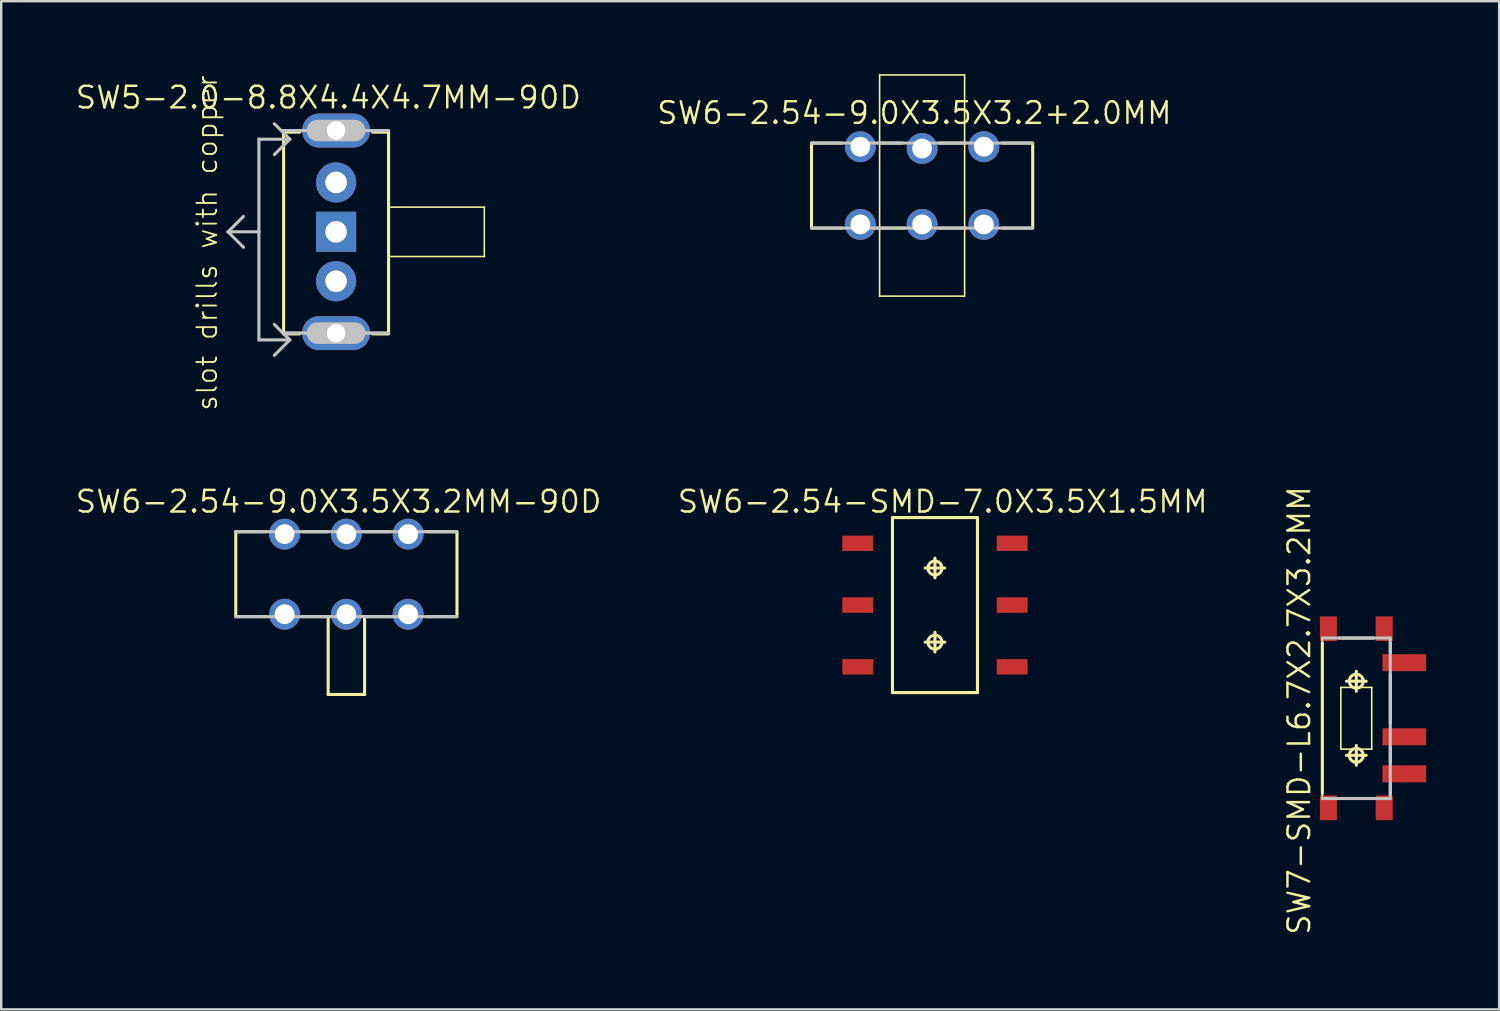
<source format=kicad_pcb>
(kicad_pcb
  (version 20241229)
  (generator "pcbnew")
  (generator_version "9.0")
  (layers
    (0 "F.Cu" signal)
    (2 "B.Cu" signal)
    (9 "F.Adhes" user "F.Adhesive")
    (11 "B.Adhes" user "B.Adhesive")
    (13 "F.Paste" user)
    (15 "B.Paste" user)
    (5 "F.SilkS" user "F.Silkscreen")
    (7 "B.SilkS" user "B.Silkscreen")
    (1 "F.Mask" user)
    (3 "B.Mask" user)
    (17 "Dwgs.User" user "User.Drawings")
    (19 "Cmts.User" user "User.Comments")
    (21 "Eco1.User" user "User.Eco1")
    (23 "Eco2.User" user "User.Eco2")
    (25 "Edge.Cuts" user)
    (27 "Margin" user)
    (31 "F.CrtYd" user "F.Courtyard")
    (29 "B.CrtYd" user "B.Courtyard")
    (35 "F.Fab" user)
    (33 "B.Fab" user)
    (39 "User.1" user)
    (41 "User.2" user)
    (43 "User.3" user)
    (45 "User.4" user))
  (footprint "SW6-2.54-SMD-7.0X3.5X1.5MM"
    (layer "F.Cu")
    (at 35.406 21.837)
    (property "Reference" "SW6-2.54-SMD-7.0X3.5X1.5MM" (at 0.318 -4.255 0) (layer "F.SilkS") (effects (font (size 0.889 0.889) (thickness 0.102))))
    (attr smd)
    (fp_line (start -1.748 -3.599) (end 1.748 -3.599) (stroke (width 0.066) (type solid)) (layer "F.SilkS"))
    (fp_line (start -1.748 -3.599) (end 1.748 -3.599) (stroke (width 0.127) (type solid)) (layer "F.SilkS"))
    (fp_line (start -1.748 3.599) (end -1.748 -3.599) (stroke (width 0.066) (type solid)) (layer "F.SilkS"))
    (fp_line (start -1.748 3.599) (end -1.748 -3.599) (stroke (width 0.127) (type solid)) (layer "F.SilkS"))
    (fp_line (start -1.748 3.599) (end 1.748 3.599) (stroke (width 0.066) (type solid)) (layer "F.SilkS"))
    (fp_line (start -0.406 -1.524) (end 0.406 -1.524) (stroke (width 0.127) (type solid)) (layer "F.SilkS"))
    (fp_line (start -0.406 1.524) (end 0.406 1.524) (stroke (width 0.127) (type solid)) (layer "F.SilkS"))
    (fp_line (start 0 -1.118) (end 0 -1.93) (stroke (width 0.127) (type solid)) (layer "F.SilkS"))
    (fp_line (start 0 1.93) (end 0 1.118) (stroke (width 0.127) (type solid)) (layer "F.SilkS"))
    (fp_line (start 1.748 -3.599) (end 1.748 3.599) (stroke (width 0.127) (type solid)) (layer "F.SilkS"))
    (fp_line (start 1.748 3.599) (end -1.748 3.599) (stroke (width 0.127) (type solid)) (layer "F.SilkS"))
    (fp_line (start 1.748 3.599) (end 1.748 -3.599) (stroke (width 0.066) (type solid)) (layer "F.SilkS"))
    (fp_circle (center 0 -1.524) (end -0.203 -1.727) (stroke (width 0.127) (type solid)) (fill no) (layer "F.SilkS"))
    (fp_circle (center 0 1.524) (end -0.203 1.727) (stroke (width 0.127) (type solid)) (fill no) (layer "F.SilkS"))
    (pad "CH1A" smd rect (at -3.175 -2.54) (size 1.27 0.635) (layers "F.Cu" "F.Mask" "F.Paste"))
    (pad "CH1B" smd rect (at -3.175 2.54) (size 1.27 0.635) (layers "F.Cu" "F.Mask" "F.Paste"))
    (pad "CH2A" smd rect (at 3.175 -2.54) (size 1.27 0.635) (layers "F.Cu" "F.Mask" "F.Paste"))
    (pad "CH2B" smd rect (at 3.175 2.54) (size 1.27 0.635) (layers "F.Cu" "F.Mask" "F.Paste"))
    (pad "COM1" smd rect (at -3.175 0) (size 1.27 0.635) (layers "F.Cu" "F.Mask" "F.Paste"))
    (pad "COM2" smd rect (at 3.175 0) (size 1.27 0.635) (layers "F.Cu" "F.Mask" "F.Paste")))
  (footprint "SW5-2.0-8.8X4.4X4.7MM-90D"
    (layer "F.Cu")
    (at 10.774 6.485)
    (property "Reference" "SW5-2.0-8.8X4.4X4.7MM-90D" (at -0.318 -5.524 0) (layer "F.SilkS") (effects (font (size 0.889 0.889) (thickness 0.102))))
    (attr exclude_from_pos_files exclude_from_bom)
    (fp_line (start -2.159 -4.14) (end 2.159 -4.14) (stroke (width 0.066) (type solid)) (layer "F.SilkS"))
    (fp_line (start -2.159 -4.1) (end -1.499 -4.1) (stroke (width 0.127) (type solid)) (layer "F.SilkS"))
    (fp_line (start -2.159 4.14) (end -2.159 -4.14) (stroke (width 0.066) (type solid)) (layer "F.SilkS"))
    (fp_line (start -2.159 4.14) (end 2.159 4.14) (stroke (width 0.066) (type solid)) (layer "F.SilkS"))
    (fp_line (start -2.159 4.166) (end -2.159 -4.166) (stroke (width 0.127) (type solid)) (layer "F.SilkS"))
    (fp_line (start -2.159 4.199) (end -1.499 4.199) (stroke (width 0.127) (type solid)) (layer "F.SilkS"))
    (fp_line (start 2.159 -4.166) (end 2.159 4.166) (stroke (width 0.127) (type solid)) (layer "F.SilkS"))
    (fp_line (start 2.159 -4.1) (end 1.499 -4.1) (stroke (width 0.127) (type solid)) (layer "F.SilkS"))
    (fp_line (start 2.159 -1.016) (end 6.096 -1.016) (stroke (width 0.066) (type solid)) (layer "F.SilkS"))
    (fp_line (start 2.159 1.016) (end 2.159 -1.016) (stroke (width 0.066) (type solid)) (layer "F.SilkS"))
    (fp_line (start 2.159 1.016) (end 6.096 1.016) (stroke (width 0.066) (type solid)) (layer "F.SilkS"))
    (fp_line (start 2.159 4.14) (end 2.159 -4.14) (stroke (width 0.066) (type solid)) (layer "F.SilkS"))
    (fp_line (start 2.159 4.199) (end 1.499 4.199) (stroke (width 0.127) (type solid)) (layer "F.SilkS"))
    (fp_line (start 6.096 1.016) (end 6.096 -1.016) (stroke (width 0.066) (type solid)) (layer "F.SilkS"))
    (fp_line (start -4.445 0) (end -3.81 -0.635) (stroke (width 0.127) (type solid)) (layer "Dwgs.User"))
    (fp_line (start -4.445 0) (end -3.81 0.635) (stroke (width 0.127) (type solid)) (layer "Dwgs.User"))
    (fp_line (start -3.175 -3.81) (end -3.175 0) (stroke (width 0.127) (type solid)) (layer "Dwgs.User"))
    (fp_line (start -3.175 0) (end -4.445 0) (stroke (width 0.127) (type solid)) (layer "Dwgs.User"))
    (fp_line (start -3.175 0) (end -3.175 4.445) (stroke (width 0.127) (type solid)) (layer "Dwgs.User"))
    (fp_line (start -3.175 4.445) (end -1.905 4.445) (stroke (width 0.127) (type solid)) (layer "Dwgs.User"))
    (fp_line (start -2.159 -4.166) (end 2.159 -4.166) (stroke (width 0.127) (type solid)) (layer "Dwgs.User"))
    (fp_line (start -1.905 -3.81) (end -3.175 -3.81) (stroke (width 0.127) (type solid)) (layer "Dwgs.User"))
    (fp_line (start -1.905 -3.81) (end -2.54 -4.445) (stroke (width 0.127) (type solid)) (layer "Dwgs.User"))
    (fp_line (start -1.905 -3.81) (end -2.54 -3.175) (stroke (width 0.127) (type solid)) (layer "Dwgs.User"))
    (fp_line (start -1.905 4.445) (end -2.54 3.81) (stroke (width 0.127) (type solid)) (layer "Dwgs.User"))
    (fp_line (start -1.905 4.445) (end -2.54 5.08) (stroke (width 0.127) (type solid)) (layer "Dwgs.User"))
    (fp_line (start -0.762 -4.166) (end 0.762 -4.166) (stroke (width 0.889) (type solid)) (layer "Dwgs.User"))
    (fp_line (start -0.762 4.166) (end 0.762 4.166) (stroke (width 0.889) (type solid)) (layer "Dwgs.User"))
    (fp_line (start 2.159 4.166) (end -2.159 4.166) (stroke (width 0.127) (type solid)) (layer "Dwgs.User"))
    (fp_text user "slot drills with copper" (at -5.309 0.457 270) (layer "F.SilkS") (effects (font (size 0.813 0.813) (thickness 0.076))))
    (pad "A" thru_hole circle (at 0 -2.032) (size 1.651 1.651) (drill 0.889) (layers "*.Cu" "*.Paste" "*.Mask"))
    (pad "B" thru_hole circle (at 0 2.032) (size 1.651 1.651) (drill 0.889) (layers "*.Cu" "*.Paste" "*.Mask"))
    (pad "COM" thru_hole rect (at 0 0) (size 1.651 1.651) (drill 0.889) (layers "*.Cu" "*.Paste" "*.Mask"))
    (pad "NC1" thru_hole oval (at 0 -4.166 90) (size 1.397 2.794) (drill 0.762) (layers "*.Cu" "*.Paste" "*.Mask"))
    (pad "NC2" thru_hole oval (at 0 4.166 90) (size 1.397 2.794) (drill 0.762) (layers "*.Cu" "*.Paste" "*.Mask")))
  (footprint "SW7-SMD-L6.7X2.7X3.2MM"
    (layer "F.Cu")
    (at 52.736 26.493)
    (property "Reference" "SW7-SMD-L6.7X2.7X3.2MM" (at -2.349 -0.318 90) (layer "F.SilkS") (effects (font (size 0.889 0.889) (thickness 0.102))))
    (attr smd)
    (fp_line (start -1.397 -3.302) (end 1.397 -3.302) (stroke (width 0.066) (type solid)) (layer "F.SilkS"))
    (fp_line (start -1.397 3.099) (end -1.397 -3.099) (stroke (width 0.127) (type solid)) (layer "F.SilkS"))
    (fp_line (start -1.397 3.302) (end -1.397 -3.302) (stroke (width 0.066) (type solid)) (layer "F.SilkS"))
    (fp_line (start -1.397 3.302) (end 1.397 3.302) (stroke (width 0.066) (type solid)) (layer "F.SilkS"))
    (fp_line (start -0.699 -3.299) (end 0.699 -3.299) (stroke (width 0.127) (type solid)) (layer "F.SilkS"))
    (fp_line (start -0.699 3.299) (end 0.599 3.299) (stroke (width 0.127) (type solid)) (layer "F.SilkS"))
    (fp_line (start -0.635 -1.27) (end 0.635 -1.27) (stroke (width 0.066) (type solid)) (layer "F.SilkS"))
    (fp_line (start -0.635 1.27) (end -0.635 -1.27) (stroke (width 0.066) (type solid)) (layer "F.SilkS"))
    (fp_line (start -0.635 1.27) (end 0.635 1.27) (stroke (width 0.066) (type solid)) (layer "F.SilkS"))
    (fp_line (start -0.406 -1.524) (end 0.406 -1.524) (stroke (width 0.127) (type solid)) (layer "F.SilkS"))
    (fp_line (start -0.406 1.524) (end 0.406 1.524) (stroke (width 0.127) (type solid)) (layer "F.SilkS"))
    (fp_line (start 0 -1.118) (end 0 -1.93) (stroke (width 0.127) (type solid)) (layer "F.SilkS"))
    (fp_line (start 0 1.93) (end 0 1.118) (stroke (width 0.127) (type solid)) (layer "F.SilkS"))
    (fp_line (start 0.635 1.27) (end 0.635 -1.27) (stroke (width 0.066) (type solid)) (layer "F.SilkS"))
    (fp_line (start 1.397 3.302) (end 1.397 -3.302) (stroke (width 0.066) (type solid)) (layer "F.SilkS"))
    (fp_line (start 1.4 -3.099) (end 1.4 -2.697) (stroke (width 0.127) (type solid)) (layer "F.SilkS"))
    (fp_line (start 1.4 -1.798) (end 1.4 0.198) (stroke (width 0.127) (type solid)) (layer "F.SilkS"))
    (fp_line (start 1.4 1.199) (end 1.4 1.798) (stroke (width 0.127) (type solid)) (layer "F.SilkS"))
    (fp_line (start 1.4 2.697) (end 1.4 3.099) (stroke (width 0.127) (type solid)) (layer "F.SilkS"))
    (fp_circle (center 0 -1.524) (end -0.203 -1.727) (stroke (width 0.127) (type solid)) (fill no) (layer "F.SilkS"))
    (fp_circle (center 0 1.524) (end -0.203 1.727) (stroke (width 0.127) (type solid)) (fill no) (layer "F.SilkS"))
    (fp_line (start -1.397 -3.302) (end 1.397 -3.302) (stroke (width 0.127) (type solid)) (layer "Dwgs.User"))
    (fp_line (start 1.397 -3.302) (end 1.397 3.302) (stroke (width 0.127) (type solid)) (layer "Dwgs.User"))
    (fp_line (start 1.397 3.302) (end -1.397 3.302) (stroke (width 0.127) (type solid)) (layer "Dwgs.User"))
    (pad "A" smd rect (at 1.976 -2.286) (size 1.798 0.699) (layers "F.Cu" "F.Mask" "F.Paste"))
    (pad "B" smd rect (at 1.976 2.286) (size 1.798 0.699) (layers "F.Cu" "F.Mask" "F.Paste"))
    (pad "COM" smd rect (at 1.976 0.762) (size 1.798 0.699) (layers "F.Cu" "F.Mask" "F.Paste"))
    (pad "SS1" smd rect (at -1.148 3.683 90) (size 1.016 0.699) (layers "F.Cu" "F.Mask" "F.Paste"))
    (pad "SS2" smd rect (at 1.148 3.683 90) (size 1.016 0.699) (layers "F.Cu" "F.Mask" "F.Paste"))
    (pad "SS3" smd rect (at 1.148 -3.683 90) (size 1.016 0.699) (layers "F.Cu" "F.Mask" "F.Paste"))
    (pad "SS4" smd rect (at -1.148 -3.683 90) (size 1.016 0.699) (layers "F.Cu" "F.Mask" "F.Paste")))
  (footprint "SW6-2.54-9.0X3.5X3.2MM-90D"
    (layer "F.Cu")
    (at 11.197 20.567)
    (property "Reference" "SW6-2.54-9.0X3.5X3.2MM-90D" (at -0.318 -2.985 0) (layer "F.SilkS") (effects (font (size 0.889 0.889) (thickness 0.102))))
    (attr exclude_from_pos_files exclude_from_bom)
    (fp_line (start -4.549 -1.748) (end -3.299 -1.748) (stroke (width 0.127) (type solid)) (layer "F.SilkS"))
    (fp_line (start -4.549 -1.748) (end 4.549 -1.748) (stroke (width 0.066) (type solid)) (layer "F.SilkS"))
    (fp_line (start -4.549 1.748) (end -4.549 -1.748) (stroke (width 0.066) (type solid)) (layer "F.SilkS"))
    (fp_line (start -4.549 1.748) (end -4.549 -1.748) (stroke (width 0.127) (type solid)) (layer "F.SilkS"))
    (fp_line (start -4.549 1.748) (end 4.549 1.748) (stroke (width 0.066) (type solid)) (layer "F.SilkS"))
    (fp_line (start -3.299 1.748) (end -4.498 1.748) (stroke (width 0.127) (type solid)) (layer "F.SilkS"))
    (fp_line (start -1.798 -1.748) (end -0.798 -1.748) (stroke (width 0.127) (type solid)) (layer "F.SilkS"))
    (fp_line (start -0.749 1.748) (end -0.749 4.948) (stroke (width 0.127) (type solid)) (layer "F.SilkS"))
    (fp_line (start -0.749 4.948) (end 0.749 4.948) (stroke (width 0.127) (type solid)) (layer "F.SilkS"))
    (fp_line (start -0.699 1.748) (end -1.798 1.748) (stroke (width 0.127) (type solid)) (layer "F.SilkS"))
    (fp_line (start 0.699 -1.748) (end 1.798 -1.748) (stroke (width 0.127) (type solid)) (layer "F.SilkS"))
    (fp_line (start 0.749 4.948) (end 0.749 1.748) (stroke (width 0.127) (type solid)) (layer "F.SilkS"))
    (fp_line (start 1.9 1.748) (end 0.699 1.748) (stroke (width 0.127) (type solid)) (layer "F.SilkS"))
    (fp_line (start 3.299 -1.748) (end 4.498 -1.748) (stroke (width 0.127) (type solid)) (layer "F.SilkS"))
    (fp_line (start 4.498 1.748) (end 3.299 1.748) (stroke (width 0.127) (type solid)) (layer "F.SilkS"))
    (fp_line (start 4.549 -1.748) (end 4.549 1.748) (stroke (width 0.127) (type solid)) (layer "F.SilkS"))
    (fp_line (start 4.549 1.748) (end 4.549 -1.748) (stroke (width 0.066) (type solid)) (layer "F.SilkS"))
    (fp_line (start -4.549 -1.748) (end 4.549 -1.748) (stroke (width 0.127) (type solid)) (layer "Dwgs.User"))
    (fp_line (start 4.549 1.748) (end -4.549 1.748) (stroke (width 0.127) (type solid)) (layer "Dwgs.User"))
    (pad "CH1A" thru_hole circle (at -2.54 1.648) (size 1.27 1.27) (drill 0.813) (layers "*.Cu" "*.Paste" "*.Mask"))
    (pad "CH1B" thru_hole circle (at 2.54 1.648) (size 1.27 1.27) (drill 0.813) (layers "*.Cu" "*.Paste" "*.Mask"))
    (pad "CH2A" thru_hole circle (at -2.54 -1.648) (size 1.27 1.27) (drill 0.813) (layers "*.Cu" "*.Paste" "*.Mask"))
    (pad "CH2B" thru_hole circle (at 2.54 -1.648) (size 1.27 1.27) (drill 0.813) (layers "*.Cu" "*.Paste" "*.Mask"))
    (pad "COM1" thru_hole circle (at 0 1.648) (size 1.27 1.27) (drill 0.813) (layers "*.Cu" "*.Paste" "*.Mask"))
    (pad "COM2" thru_hole circle (at 0 -1.648) (size 1.27 1.27) (drill 0.813) (layers "*.Cu" "*.Paste" "*.Mask")))
  (footprint "SW6-2.54-9.0X3.5X3.2+2.0MM"
    (layer "F.Cu")
    (at 34.877 4.582)
    (property "Reference" "SW6-2.54-9.0X3.5X3.2+2.0MM" (at -0.318 -2.985 0) (layer "F.SilkS") (effects (font (size 0.889 0.889) (thickness 0.102))))
    (attr exclude_from_pos_files exclude_from_bom)
    (fp_line (start -4.549 1.748) (end -4.549 -1.748) (stroke (width 0.127) (type solid)) (layer "F.SilkS"))
    (fp_line (start -4.498 -1.748) (end -3.299 -1.748) (stroke (width 0.127) (type solid)) (layer "F.SilkS"))
    (fp_line (start -4.498 1.748) (end -3.299 1.748) (stroke (width 0.127) (type solid)) (layer "F.SilkS"))
    (fp_line (start -1.9 1.748) (end -0.699 1.748) (stroke (width 0.127) (type solid)) (layer "F.SilkS"))
    (fp_line (start -1.798 -1.748) (end -0.798 -1.748) (stroke (width 0.127) (type solid)) (layer "F.SilkS"))
    (fp_line (start -1.748 -4.549) (end 1.748 -4.549) (stroke (width 0.066) (type solid)) (layer "F.SilkS"))
    (fp_line (start -1.748 4.549) (end -1.748 -4.549) (stroke (width 0.066) (type solid)) (layer "F.SilkS"))
    (fp_line (start -1.748 4.549) (end 1.748 4.549) (stroke (width 0.066) (type solid)) (layer "F.SilkS"))
    (fp_line (start 0.699 -1.748) (end 1.798 -1.748) (stroke (width 0.127) (type solid)) (layer "F.SilkS"))
    (fp_line (start 0.699 1.748) (end 1.798 1.748) (stroke (width 0.127) (type solid)) (layer "F.SilkS"))
    (fp_line (start 1.748 4.549) (end 1.748 -4.549) (stroke (width 0.066) (type solid)) (layer "F.SilkS"))
    (fp_line (start 3.299 -1.748) (end 4.498 -1.748) (stroke (width 0.127) (type solid)) (layer "F.SilkS"))
    (fp_line (start 3.299 1.748) (end 4.498 1.748) (stroke (width 0.127) (type solid)) (layer "F.SilkS"))
    (fp_line (start 4.549 -1.748) (end 4.549 1.748) (stroke (width 0.127) (type solid)) (layer "F.SilkS"))
    (fp_line (start -4.549 -1.748) (end 4.549 -1.748) (stroke (width 0.127) (type solid)) (layer "Dwgs.User"))
    (fp_line (start 4.549 1.748) (end -4.549 1.748) (stroke (width 0.127) (type solid)) (layer "Dwgs.User"))
    (pad "CH1A" thru_hole circle (at -2.54 1.598) (size 1.27 1.27) (drill 0.813) (layers "*.Cu" "*.Paste" "*.Mask"))
    (pad "CH1B" thru_hole circle (at 2.54 1.598) (size 1.27 1.27) (drill 0.813) (layers "*.Cu" "*.Paste" "*.Mask"))
    (pad "CH2A" thru_hole circle (at -2.54 -1.598) (size 1.27 1.27) (drill 0.813) (layers "*.Cu" "*.Paste" "*.Mask"))
    (pad "CH2B" thru_hole circle (at 2.54 -1.598) (size 1.27 1.27) (drill 0.813) (layers "*.Cu" "*.Paste" "*.Mask"))
    (pad "COM1" thru_hole circle (at 0 1.598) (size 1.27 1.27) (drill 0.813) (layers "*.Cu" "*.Paste" "*.Mask"))
    (pad "COM2" thru_hole circle (at 0 -1.524) (size 1.27 1.27) (drill 0.813) (layers "*.Cu" "*.Paste" "*.Mask")))
  (gr_rect
    (start -3 -3)
    (end 58.611 38.468)
    (stroke (width 0.1) (type default))
    (fill no)
    (layer "Edge.Cuts")))
</source>
